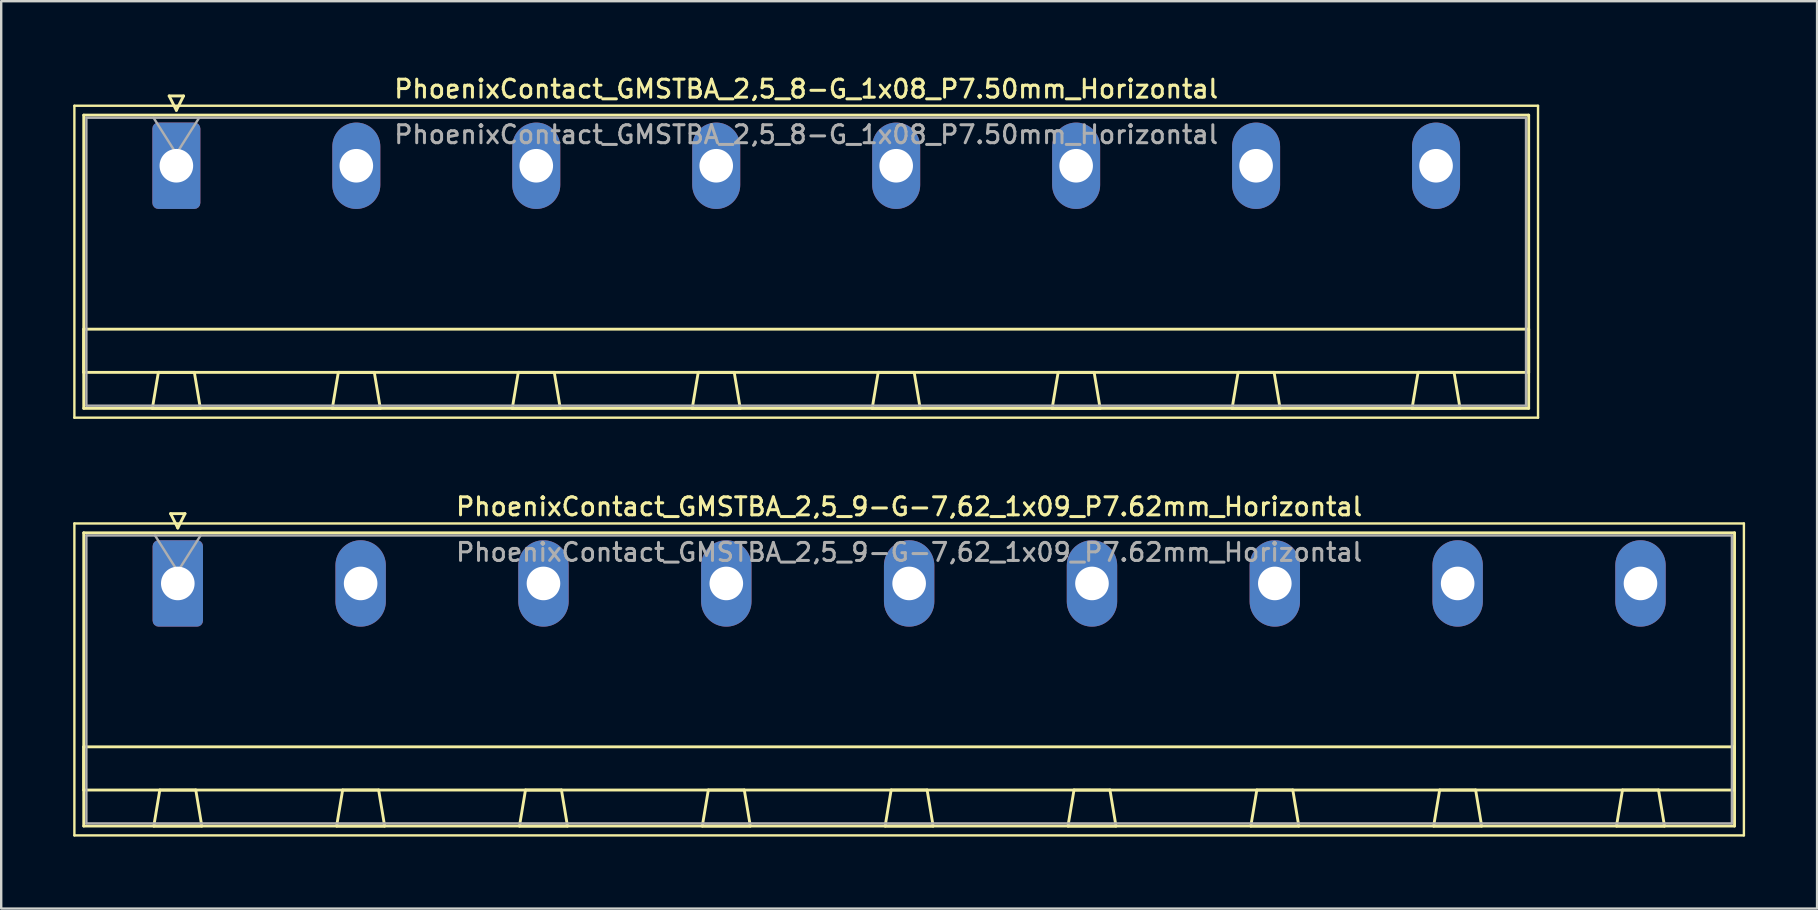
<source format=kicad_pcb>
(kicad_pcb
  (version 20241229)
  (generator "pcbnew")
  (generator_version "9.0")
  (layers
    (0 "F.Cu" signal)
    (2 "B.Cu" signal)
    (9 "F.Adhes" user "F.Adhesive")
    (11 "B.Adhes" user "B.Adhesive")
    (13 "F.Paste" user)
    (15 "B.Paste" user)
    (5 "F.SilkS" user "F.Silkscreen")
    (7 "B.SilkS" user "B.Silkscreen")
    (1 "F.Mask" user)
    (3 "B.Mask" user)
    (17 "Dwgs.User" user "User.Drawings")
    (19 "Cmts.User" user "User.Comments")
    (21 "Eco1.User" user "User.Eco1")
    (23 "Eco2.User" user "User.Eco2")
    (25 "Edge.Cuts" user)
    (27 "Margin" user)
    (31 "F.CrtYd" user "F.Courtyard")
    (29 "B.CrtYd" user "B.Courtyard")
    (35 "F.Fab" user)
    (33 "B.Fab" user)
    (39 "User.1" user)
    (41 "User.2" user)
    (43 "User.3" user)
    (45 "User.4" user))
  (footprint "PhoenixContact_GMSTBA_2,5_9-G-7,62_1x09_P7.62mm_Horizontal"
    (layer "F.Cu")
    (at 4.36 21.266)
    (property "Reference" "PhoenixContact_GMSTBA_2,5_9-G-7,62_1x09_P7.62mm_Horizontal" (at 30.48 -3.2 0) (layer "F.SilkS") (effects (font (size 0.75 0.75) (thickness 0.125))))
    (attr through_hole)
    (fp_line (start -4.31 -2.5) (end -4.31 10.5) (stroke (width 0.1) (type solid)) (layer "F.SilkS"))
    (fp_line (start -4.31 10.5) (end 65.27 10.5) (stroke (width 0.1) (type solid)) (layer "F.SilkS"))
    (fp_line (start -3.92 -2.11) (end -3.92 10.11) (stroke (width 0.12) (type solid)) (layer "F.SilkS"))
    (fp_line (start -3.92 6.81) (end 64.88 6.81) (stroke (width 0.12) (type solid)) (layer "F.SilkS"))
    (fp_line (start -3.92 8.61) (end -3.92 6.81) (stroke (width 0.12) (type solid)) (layer "F.SilkS"))
    (fp_line (start -3.92 10.11) (end 64.88 10.11) (stroke (width 0.12) (type solid)) (layer "F.SilkS"))
    (fp_line (start -1 10.11) (end 1 10.11) (stroke (width 0.12) (type solid)) (layer "F.SilkS"))
    (fp_line (start -0.75 8.61) (end -1 10.11) (stroke (width 0.12) (type solid)) (layer "F.SilkS"))
    (fp_line (start -0.3 -2.91) (end 0.3 -2.91) (stroke (width 0.12) (type solid)) (layer "F.SilkS"))
    (fp_line (start 0 -2.31) (end -0.3 -2.91) (stroke (width 0.12) (type solid)) (layer "F.SilkS"))
    (fp_line (start 0.3 -2.91) (end 0 -2.31) (stroke (width 0.12) (type solid)) (layer "F.SilkS"))
    (fp_line (start 0.75 8.61) (end -0.75 8.61) (stroke (width 0.12) (type solid)) (layer "F.SilkS"))
    (fp_line (start 1 10.11) (end 0.75 8.61) (stroke (width 0.12) (type solid)) (layer "F.SilkS"))
    (fp_line (start 6.62 10.11) (end 8.62 10.11) (stroke (width 0.12) (type solid)) (layer "F.SilkS"))
    (fp_line (start 6.87 8.61) (end 6.62 10.11) (stroke (width 0.12) (type solid)) (layer "F.SilkS"))
    (fp_line (start 8.37 8.61) (end 6.87 8.61) (stroke (width 0.12) (type solid)) (layer "F.SilkS"))
    (fp_line (start 8.62 10.11) (end 8.37 8.61) (stroke (width 0.12) (type solid)) (layer "F.SilkS"))
    (fp_line (start 14.24 10.11) (end 16.24 10.11) (stroke (width 0.12) (type solid)) (layer "F.SilkS"))
    (fp_line (start 14.49 8.61) (end 14.24 10.11) (stroke (width 0.12) (type solid)) (layer "F.SilkS"))
    (fp_line (start 15.99 8.61) (end 14.49 8.61) (stroke (width 0.12) (type solid)) (layer "F.SilkS"))
    (fp_line (start 16.24 10.11) (end 15.99 8.61) (stroke (width 0.12) (type solid)) (layer "F.SilkS"))
    (fp_line (start 21.86 10.11) (end 23.86 10.11) (stroke (width 0.12) (type solid)) (layer "F.SilkS"))
    (fp_line (start 22.11 8.61) (end 21.86 10.11) (stroke (width 0.12) (type solid)) (layer "F.SilkS"))
    (fp_line (start 23.61 8.61) (end 22.11 8.61) (stroke (width 0.12) (type solid)) (layer "F.SilkS"))
    (fp_line (start 23.86 10.11) (end 23.61 8.61) (stroke (width 0.12) (type solid)) (layer "F.SilkS"))
    (fp_line (start 29.48 10.11) (end 31.48 10.11) (stroke (width 0.12) (type solid)) (layer "F.SilkS"))
    (fp_line (start 29.73 8.61) (end 29.48 10.11) (stroke (width 0.12) (type solid)) (layer "F.SilkS"))
    (fp_line (start 31.23 8.61) (end 29.73 8.61) (stroke (width 0.12) (type solid)) (layer "F.SilkS"))
    (fp_line (start 31.48 10.11) (end 31.23 8.61) (stroke (width 0.12) (type solid)) (layer "F.SilkS"))
    (fp_line (start 37.1 10.11) (end 39.1 10.11) (stroke (width 0.12) (type solid)) (layer "F.SilkS"))
    (fp_line (start 37.35 8.61) (end 37.1 10.11) (stroke (width 0.12) (type solid)) (layer "F.SilkS"))
    (fp_line (start 38.85 8.61) (end 37.35 8.61) (stroke (width 0.12) (type solid)) (layer "F.SilkS"))
    (fp_line (start 39.1 10.11) (end 38.85 8.61) (stroke (width 0.12) (type solid)) (layer "F.SilkS"))
    (fp_line (start 44.72 10.11) (end 46.72 10.11) (stroke (width 0.12) (type solid)) (layer "F.SilkS"))
    (fp_line (start 44.97 8.61) (end 44.72 10.11) (stroke (width 0.12) (type solid)) (layer "F.SilkS"))
    (fp_line (start 46.47 8.61) (end 44.97 8.61) (stroke (width 0.12) (type solid)) (layer "F.SilkS"))
    (fp_line (start 46.72 10.11) (end 46.47 8.61) (stroke (width 0.12) (type solid)) (layer "F.SilkS"))
    (fp_line (start 52.34 10.11) (end 54.34 10.11) (stroke (width 0.12) (type solid)) (layer "F.SilkS"))
    (fp_line (start 52.59 8.61) (end 52.34 10.11) (stroke (width 0.12) (type solid)) (layer "F.SilkS"))
    (fp_line (start 54.09 8.61) (end 52.59 8.61) (stroke (width 0.12) (type solid)) (layer "F.SilkS"))
    (fp_line (start 54.34 10.11) (end 54.09 8.61) (stroke (width 0.12) (type solid)) (layer "F.SilkS"))
    (fp_line (start 59.96 10.11) (end 61.96 10.11) (stroke (width 0.12) (type solid)) (layer "F.SilkS"))
    (fp_line (start 60.21 8.61) (end 59.96 10.11) (stroke (width 0.12) (type solid)) (layer "F.SilkS"))
    (fp_line (start 61.71 8.61) (end 60.21 8.61) (stroke (width 0.12) (type solid)) (layer "F.SilkS"))
    (fp_line (start 61.96 10.11) (end 61.71 8.61) (stroke (width 0.12) (type solid)) (layer "F.SilkS"))
    (fp_line (start 64.88 -2.11) (end -3.92 -2.11) (stroke (width 0.12) (type solid)) (layer "F.SilkS"))
    (fp_line (start 64.88 6.81) (end 64.88 8.61) (stroke (width 0.12) (type solid)) (layer "F.SilkS"))
    (fp_line (start 64.88 8.61) (end -3.92 8.61) (stroke (width 0.12) (type solid)) (layer "F.SilkS"))
    (fp_line (start 64.88 10.11) (end 64.88 -2.11) (stroke (width 0.12) (type solid)) (layer "F.SilkS"))
    (fp_line (start 65.27 -2.5) (end -4.31 -2.5) (stroke (width 0.1) (type solid)) (layer "F.SilkS"))
    (fp_line (start 65.27 10.5) (end 65.27 -2.5) (stroke (width 0.1) (type solid)) (layer "F.SilkS"))
    (fp_line (start -3.81 -2) (end -3.81 10) (stroke (width 0.1) (type solid)) (layer "F.Fab"))
    (fp_line (start -3.81 10) (end 64.77 10) (stroke (width 0.1) (type solid)) (layer "F.Fab"))
    (fp_line (start 0 -0.5) (end -0.95 -2) (stroke (width 0.1) (type solid)) (layer "F.Fab"))
    (fp_line (start 0.95 -2) (end 0 -0.5) (stroke (width 0.1) (type solid)) (layer "F.Fab"))
    (fp_line (start 64.77 -2) (end -3.81 -2) (stroke (width 0.1) (type solid)) (layer "F.Fab"))
    (fp_line (start 64.77 10) (end 64.77 -2) (stroke (width 0.1) (type solid)) (layer "F.Fab"))
    (fp_text user "${REFERENCE}" (at 30.48 -1.3 0) (layer "F.Fab") (effects (font (size 0.75 0.75) (thickness 0.125))))
    (pad "1" thru_hole roundrect (at 0 0) (size 2.1 3.6) (drill 1.4) (layers "*.Cu" "*.Mask") (roundrect_rratio 0.119))
    (pad "2" thru_hole oval (at 7.62 0) (size 2.1 3.6) (drill 1.4) (layers "*.Cu" "*.Mask"))
    (pad "3" thru_hole oval (at 15.24 0) (size 2.1 3.6) (drill 1.4) (layers "*.Cu" "*.Mask"))
    (pad "4" thru_hole oval (at 22.86 0) (size 2.1 3.6) (drill 1.4) (layers "*.Cu" "*.Mask"))
    (pad "5" thru_hole oval (at 30.48 0) (size 2.1 3.6) (drill 1.4) (layers "*.Cu" "*.Mask"))
    (pad "6" thru_hole oval (at 38.1 0) (size 2.1 3.6) (drill 1.4) (layers "*.Cu" "*.Mask"))
    (pad "7" thru_hole oval (at 45.72 0) (size 2.1 3.6) (drill 1.4) (layers "*.Cu" "*.Mask"))
    (pad "8" thru_hole oval (at 53.34 0) (size 2.1 3.6) (drill 1.4) (layers "*.Cu" "*.Mask"))
    (pad "9" thru_hole oval (at 60.96 0) (size 2.1 3.6) (drill 1.4) (layers "*.Cu" "*.Mask")))
  (footprint "PhoenixContact_GMSTBA_2,5_8-G_1x08_P7.50mm_Horizontal"
    (layer "F.Cu")
    (at 4.3 3.858)
    (property "Reference" "PhoenixContact_GMSTBA_2,5_8-G_1x08_P7.50mm_Horizontal" (at 26.25 -3.2 0) (layer "F.SilkS") (effects (font (size 0.75 0.75) (thickness 0.125))))
    (attr through_hole)
    (fp_line (start -4.25 -2.5) (end -4.25 10.5) (stroke (width 0.1) (type solid)) (layer "F.SilkS"))
    (fp_line (start -4.25 10.5) (end 56.75 10.5) (stroke (width 0.1) (type solid)) (layer "F.SilkS"))
    (fp_line (start -3.86 -2.11) (end -3.86 10.11) (stroke (width 0.12) (type solid)) (layer "F.SilkS"))
    (fp_line (start -3.86 6.81) (end 56.36 6.81) (stroke (width 0.12) (type solid)) (layer "F.SilkS"))
    (fp_line (start -3.86 8.61) (end -3.86 6.81) (stroke (width 0.12) (type solid)) (layer "F.SilkS"))
    (fp_line (start -3.86 10.11) (end 56.36 10.11) (stroke (width 0.12) (type solid)) (layer "F.SilkS"))
    (fp_line (start -1 10.11) (end 1 10.11) (stroke (width 0.12) (type solid)) (layer "F.SilkS"))
    (fp_line (start -0.75 8.61) (end -1 10.11) (stroke (width 0.12) (type solid)) (layer "F.SilkS"))
    (fp_line (start -0.3 -2.91) (end 0.3 -2.91) (stroke (width 0.12) (type solid)) (layer "F.SilkS"))
    (fp_line (start 0 -2.31) (end -0.3 -2.91) (stroke (width 0.12) (type solid)) (layer "F.SilkS"))
    (fp_line (start 0.3 -2.91) (end 0 -2.31) (stroke (width 0.12) (type solid)) (layer "F.SilkS"))
    (fp_line (start 0.75 8.61) (end -0.75 8.61) (stroke (width 0.12) (type solid)) (layer "F.SilkS"))
    (fp_line (start 1 10.11) (end 0.75 8.61) (stroke (width 0.12) (type solid)) (layer "F.SilkS"))
    (fp_line (start 6.5 10.11) (end 8.5 10.11) (stroke (width 0.12) (type solid)) (layer "F.SilkS"))
    (fp_line (start 6.75 8.61) (end 6.5 10.11) (stroke (width 0.12) (type solid)) (layer "F.SilkS"))
    (fp_line (start 8.25 8.61) (end 6.75 8.61) (stroke (width 0.12) (type solid)) (layer "F.SilkS"))
    (fp_line (start 8.5 10.11) (end 8.25 8.61) (stroke (width 0.12) (type solid)) (layer "F.SilkS"))
    (fp_line (start 14 10.11) (end 16 10.11) (stroke (width 0.12) (type solid)) (layer "F.SilkS"))
    (fp_line (start 14.25 8.61) (end 14 10.11) (stroke (width 0.12) (type solid)) (layer "F.SilkS"))
    (fp_line (start 15.75 8.61) (end 14.25 8.61) (stroke (width 0.12) (type solid)) (layer "F.SilkS"))
    (fp_line (start 16 10.11) (end 15.75 8.61) (stroke (width 0.12) (type solid)) (layer "F.SilkS"))
    (fp_line (start 21.5 10.11) (end 23.5 10.11) (stroke (width 0.12) (type solid)) (layer "F.SilkS"))
    (fp_line (start 21.75 8.61) (end 21.5 10.11) (stroke (width 0.12) (type solid)) (layer "F.SilkS"))
    (fp_line (start 23.25 8.61) (end 21.75 8.61) (stroke (width 0.12) (type solid)) (layer "F.SilkS"))
    (fp_line (start 23.5 10.11) (end 23.25 8.61) (stroke (width 0.12) (type solid)) (layer "F.SilkS"))
    (fp_line (start 29 10.11) (end 31 10.11) (stroke (width 0.12) (type solid)) (layer "F.SilkS"))
    (fp_line (start 29.25 8.61) (end 29 10.11) (stroke (width 0.12) (type solid)) (layer "F.SilkS"))
    (fp_line (start 30.75 8.61) (end 29.25 8.61) (stroke (width 0.12) (type solid)) (layer "F.SilkS"))
    (fp_line (start 31 10.11) (end 30.75 8.61) (stroke (width 0.12) (type solid)) (layer "F.SilkS"))
    (fp_line (start 36.5 10.11) (end 38.5 10.11) (stroke (width 0.12) (type solid)) (layer "F.SilkS"))
    (fp_line (start 36.75 8.61) (end 36.5 10.11) (stroke (width 0.12) (type solid)) (layer "F.SilkS"))
    (fp_line (start 38.25 8.61) (end 36.75 8.61) (stroke (width 0.12) (type solid)) (layer "F.SilkS"))
    (fp_line (start 38.5 10.11) (end 38.25 8.61) (stroke (width 0.12) (type solid)) (layer "F.SilkS"))
    (fp_line (start 44 10.11) (end 46 10.11) (stroke (width 0.12) (type solid)) (layer "F.SilkS"))
    (fp_line (start 44.25 8.61) (end 44 10.11) (stroke (width 0.12) (type solid)) (layer "F.SilkS"))
    (fp_line (start 45.75 8.61) (end 44.25 8.61) (stroke (width 0.12) (type solid)) (layer "F.SilkS"))
    (fp_line (start 46 10.11) (end 45.75 8.61) (stroke (width 0.12) (type solid)) (layer "F.SilkS"))
    (fp_line (start 51.5 10.11) (end 53.5 10.11) (stroke (width 0.12) (type solid)) (layer "F.SilkS"))
    (fp_line (start 51.75 8.61) (end 51.5 10.11) (stroke (width 0.12) (type solid)) (layer "F.SilkS"))
    (fp_line (start 53.25 8.61) (end 51.75 8.61) (stroke (width 0.12) (type solid)) (layer "F.SilkS"))
    (fp_line (start 53.5 10.11) (end 53.25 8.61) (stroke (width 0.12) (type solid)) (layer "F.SilkS"))
    (fp_line (start 56.36 -2.11) (end -3.86 -2.11) (stroke (width 0.12) (type solid)) (layer "F.SilkS"))
    (fp_line (start 56.36 6.81) (end 56.36 8.61) (stroke (width 0.12) (type solid)) (layer "F.SilkS"))
    (fp_line (start 56.36 8.61) (end -3.86 8.61) (stroke (width 0.12) (type solid)) (layer "F.SilkS"))
    (fp_line (start 56.36 10.11) (end 56.36 -2.11) (stroke (width 0.12) (type solid)) (layer "F.SilkS"))
    (fp_line (start 56.75 -2.5) (end -4.25 -2.5) (stroke (width 0.1) (type solid)) (layer "F.SilkS"))
    (fp_line (start 56.75 10.5) (end 56.75 -2.5) (stroke (width 0.1) (type solid)) (layer "F.SilkS"))
    (fp_line (start -3.75 -2) (end -3.75 10) (stroke (width 0.1) (type solid)) (layer "F.Fab"))
    (fp_line (start -3.75 10) (end 56.25 10) (stroke (width 0.1) (type solid)) (layer "F.Fab"))
    (fp_line (start 0 -0.5) (end -0.95 -2) (stroke (width 0.1) (type solid)) (layer "F.Fab"))
    (fp_line (start 0.95 -2) (end 0 -0.5) (stroke (width 0.1) (type solid)) (layer "F.Fab"))
    (fp_line (start 56.25 -2) (end -3.75 -2) (stroke (width 0.1) (type solid)) (layer "F.Fab"))
    (fp_line (start 56.25 10) (end 56.25 -2) (stroke (width 0.1) (type solid)) (layer "F.Fab"))
    (fp_text user "${REFERENCE}" (at 26.25 -1.3 0) (layer "F.Fab") (effects (font (size 0.75 0.75) (thickness 0.125))))
    (pad "1" thru_hole roundrect (at 0 0) (size 2 3.6) (drill 1.4) (layers "*.Cu" "*.Mask") (roundrect_rratio 0.125))
    (pad "2" thru_hole oval (at 7.5 0) (size 2 3.6) (drill 1.4) (layers "*.Cu" "*.Mask"))
    (pad "3" thru_hole oval (at 15 0) (size 2 3.6) (drill 1.4) (layers "*.Cu" "*.Mask"))
    (pad "4" thru_hole oval (at 22.5 0) (size 2 3.6) (drill 1.4) (layers "*.Cu" "*.Mask"))
    (pad "5" thru_hole oval (at 30 0) (size 2 3.6) (drill 1.4) (layers "*.Cu" "*.Mask"))
    (pad "6" thru_hole oval (at 37.5 0) (size 2 3.6) (drill 1.4) (layers "*.Cu" "*.Mask"))
    (pad "7" thru_hole oval (at 45 0) (size 2 3.6) (drill 1.4) (layers "*.Cu" "*.Mask"))
    (pad "8" thru_hole oval (at 52.5 0) (size 2 3.6) (drill 1.4) (layers "*.Cu" "*.Mask")))
  (gr_rect
    (start -3 -3)
    (end 72.68 34.816)
    (stroke (width 0.1) (type default))
    (fill no)
    (layer "Edge.Cuts")))
</source>
